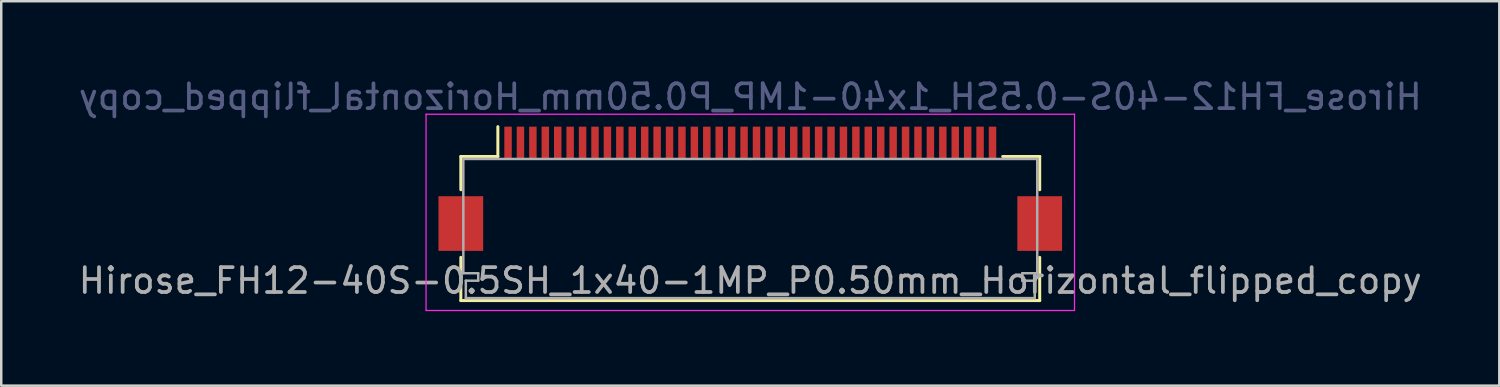
<source format=kicad_pcb>
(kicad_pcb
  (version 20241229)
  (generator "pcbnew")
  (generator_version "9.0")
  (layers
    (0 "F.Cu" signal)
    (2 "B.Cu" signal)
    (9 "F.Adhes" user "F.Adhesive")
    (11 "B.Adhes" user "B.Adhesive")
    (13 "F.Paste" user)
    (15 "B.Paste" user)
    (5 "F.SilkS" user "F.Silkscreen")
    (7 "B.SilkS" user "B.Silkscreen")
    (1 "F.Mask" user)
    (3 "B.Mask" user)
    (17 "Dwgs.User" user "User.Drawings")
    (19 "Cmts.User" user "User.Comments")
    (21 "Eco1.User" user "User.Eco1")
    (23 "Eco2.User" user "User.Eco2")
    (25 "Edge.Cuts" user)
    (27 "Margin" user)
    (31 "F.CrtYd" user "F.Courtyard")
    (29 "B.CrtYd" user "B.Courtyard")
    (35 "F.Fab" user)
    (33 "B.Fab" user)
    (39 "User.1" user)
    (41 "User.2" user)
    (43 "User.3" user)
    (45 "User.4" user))
  (footprint "Hirose_FH12-40S-0.5SH_1x40-1MP_P0.50mm_Horizontal_flipped_copy"
    (layer "F.Cu")
    (at 27.149 4.548)
    (property "Reference" "Hirose_FH12-40S-0.5SH_1x40-1MP_P0.50mm_Horizontal_flipped_copy" (at 0 -3.7 0) (layer "B.Fab") (effects (font (size 1 1) (thickness 0.15)) (justify mirror)))
    (attr smd)
    (fp_line (start -11.65 -1.3) (end -11.65 0.04) (stroke (width 0.12) (type solid)) (layer "F.SilkS"))
    (fp_line (start -11.65 2.76) (end -11.65 4.5) (stroke (width 0.12) (type solid)) (layer "F.SilkS"))
    (fp_line (start -11.65 4.5) (end 11.65 4.5) (stroke (width 0.12) (type solid)) (layer "F.SilkS"))
    (fp_line (start -10.16 -1.3) (end -11.65 -1.3) (stroke (width 0.12) (type solid)) (layer "F.SilkS"))
    (fp_line (start -10.16 -1.3) (end -10.16 -2.5) (stroke (width 0.12) (type solid)) (layer "F.SilkS"))
    (fp_line (start 10.16 -1.3) (end 11.65 -1.3) (stroke (width 0.12) (type solid)) (layer "F.SilkS"))
    (fp_line (start 11.65 -1.3) (end 11.65 0.04) (stroke (width 0.12) (type solid)) (layer "F.SilkS"))
    (fp_line (start 11.65 4.5) (end 11.65 2.76) (stroke (width 0.12) (type solid)) (layer "F.SilkS"))
    (fp_line (start -13.05 -3) (end -13.05 4.9) (stroke (width 0.05) (type solid)) (layer "F.CrtYd"))
    (fp_line (start -13.05 4.9) (end 13.05 4.9) (stroke (width 0.05) (type solid)) (layer "F.CrtYd"))
    (fp_line (start 13.05 -3) (end -13.05 -3) (stroke (width 0.05) (type solid)) (layer "F.CrtYd"))
    (fp_line (start 13.05 4.9) (end 13.05 -3) (stroke (width 0.05) (type solid)) (layer "F.CrtYd"))
    (fp_line (start -11.55 -1.2) (end -11.55 3.4) (stroke (width 0.1) (type solid)) (layer "F.Fab"))
    (fp_line (start -11.55 3.4) (end -10.95 3.4) (stroke (width 0.1) (type solid)) (layer "F.Fab"))
    (fp_line (start -11.45 3.7) (end -11.45 4.4) (stroke (width 0.1) (type solid)) (layer "F.Fab"))
    (fp_line (start -11.45 4.4) (end 0 4.4) (stroke (width 0.1) (type solid)) (layer "F.Fab"))
    (fp_line (start -10.95 3.4) (end -10.95 3.7) (stroke (width 0.1) (type solid)) (layer "F.Fab"))
    (fp_line (start -10.95 3.7) (end -11.45 3.7) (stroke (width 0.1) (type solid)) (layer "F.Fab"))
    (fp_line (start 0 -1.2) (end -11.55 -1.2) (stroke (width 0.1) (type solid)) (layer "F.Fab"))
    (fp_line (start 0 -1.2) (end 11.55 -1.2) (stroke (width 0.1) (type solid)) (layer "F.Fab"))
    (fp_line (start 10.95 3.4) (end 10.95 3.7) (stroke (width 0.1) (type solid)) (layer "F.Fab"))
    (fp_line (start 10.95 3.7) (end 11.45 3.7) (stroke (width 0.1) (type solid)) (layer "F.Fab"))
    (fp_line (start 11.45 3.7) (end 11.45 4.4) (stroke (width 0.1) (type solid)) (layer "F.Fab"))
    (fp_line (start 11.45 4.4) (end 0 4.4) (stroke (width 0.1) (type solid)) (layer "F.Fab"))
    (fp_line (start 11.55 -1.2) (end 11.55 3.4) (stroke (width 0.1) (type solid)) (layer "F.Fab"))
    (fp_line (start 11.55 3.4) (end 10.95 3.4) (stroke (width 0.1) (type solid)) (layer "F.Fab"))
    (fp_text user "${REFERENCE}" (at 0 3.7 0) (layer "F.Fab") (effects (font (size 1 1) (thickness 0.15))))
    (pad "1" smd rect (at 9.75 -1.85) (size 0.3 1.3) (layers "F.Cu" "F.Mask" "F.Paste"))
    (pad "2" smd rect (at 9.25 -1.85) (size 0.3 1.3) (layers "F.Cu" "F.Mask" "F.Paste"))
    (pad "3" smd rect (at 8.75 -1.85) (size 0.3 1.3) (layers "F.Cu" "F.Mask" "F.Paste"))
    (pad "4" smd rect (at 8.25 -1.85) (size 0.3 1.3) (layers "F.Cu" "F.Mask" "F.Paste"))
    (pad "5" smd rect (at 7.75 -1.85) (size 0.3 1.3) (layers "F.Cu" "F.Mask" "F.Paste"))
    (pad "6" smd rect (at 7.25 -1.85) (size 0.3 1.3) (layers "F.Cu" "F.Mask" "F.Paste"))
    (pad "7" smd rect (at 6.75 -1.85) (size 0.3 1.3) (layers "F.Cu" "F.Mask" "F.Paste"))
    (pad "8" smd rect (at 6.25 -1.85) (size 0.3 1.3) (layers "F.Cu" "F.Mask" "F.Paste"))
    (pad "9" smd rect (at 5.75 -1.85) (size 0.3 1.3) (layers "F.Cu" "F.Mask" "F.Paste"))
    (pad "10" smd rect (at 5.25 -1.85) (size 0.3 1.3) (layers "F.Cu" "F.Mask" "F.Paste"))
    (pad "11" smd rect (at 4.75 -1.85) (size 0.3 1.3) (layers "F.Cu" "F.Mask" "F.Paste"))
    (pad "12" smd rect (at 4.25 -1.85) (size 0.3 1.3) (layers "F.Cu" "F.Mask" "F.Paste"))
    (pad "13" smd rect (at 3.75 -1.85) (size 0.3 1.3) (layers "F.Cu" "F.Mask" "F.Paste"))
    (pad "14" smd rect (at 3.25 -1.85) (size 0.3 1.3) (layers "F.Cu" "F.Mask" "F.Paste"))
    (pad "15" smd rect (at 2.75 -1.85) (size 0.3 1.3) (layers "F.Cu" "F.Mask" "F.Paste"))
    (pad "16" smd rect (at 2.25 -1.85) (size 0.3 1.3) (layers "F.Cu" "F.Mask" "F.Paste"))
    (pad "17" smd rect (at 1.75 -1.85) (size 0.3 1.3) (layers "F.Cu" "F.Mask" "F.Paste"))
    (pad "18" smd rect (at 1.25 -1.85) (size 0.3 1.3) (layers "F.Cu" "F.Mask" "F.Paste"))
    (pad "19" smd rect (at 0.75 -1.85) (size 0.3 1.3) (layers "F.Cu" "F.Mask" "F.Paste"))
    (pad "20" smd rect (at 0.25 -1.85) (size 0.3 1.3) (layers "F.Cu" "F.Mask" "F.Paste"))
    (pad "21" smd rect (at -0.25 -1.85) (size 0.3 1.3) (layers "F.Cu" "F.Mask" "F.Paste"))
    (pad "22" smd rect (at -0.75 -1.85) (size 0.3 1.3) (layers "F.Cu" "F.Mask" "F.Paste"))
    (pad "23" smd rect (at -1.25 -1.85) (size 0.3 1.3) (layers "F.Cu" "F.Mask" "F.Paste"))
    (pad "24" smd rect (at -1.75 -1.85) (size 0.3 1.3) (layers "F.Cu" "F.Mask" "F.Paste"))
    (pad "25" smd rect (at -2.25 -1.85) (size 0.3 1.3) (layers "F.Cu" "F.Mask" "F.Paste"))
    (pad "26" smd rect (at -2.75 -1.85) (size 0.3 1.3) (layers "F.Cu" "F.Mask" "F.Paste"))
    (pad "27" smd rect (at -3.25 -1.85) (size 0.3 1.3) (layers "F.Cu" "F.Mask" "F.Paste"))
    (pad "28" smd rect (at -3.75 -1.85) (size 0.3 1.3) (layers "F.Cu" "F.Mask" "F.Paste"))
    (pad "29" smd rect (at -4.25 -1.85) (size 0.3 1.3) (layers "F.Cu" "F.Mask" "F.Paste"))
    (pad "30" smd rect (at -4.75 -1.85) (size 0.3 1.3) (layers "F.Cu" "F.Mask" "F.Paste"))
    (pad "31" smd rect (at -5.25 -1.85) (size 0.3 1.3) (layers "F.Cu" "F.Mask" "F.Paste"))
    (pad "32" smd rect (at -5.75 -1.85) (size 0.3 1.3) (layers "F.Cu" "F.Mask" "F.Paste"))
    (pad "33" smd rect (at -6.25 -1.85) (size 0.3 1.3) (layers "F.Cu" "F.Mask" "F.Paste"))
    (pad "34" smd rect (at -6.75 -1.85) (size 0.3 1.3) (layers "F.Cu" "F.Mask" "F.Paste"))
    (pad "35" smd rect (at -7.25 -1.85) (size 0.3 1.3) (layers "F.Cu" "F.Mask" "F.Paste"))
    (pad "36" smd rect (at -7.75 -1.85) (size 0.3 1.3) (layers "F.Cu" "F.Mask" "F.Paste"))
    (pad "37" smd rect (at -8.25 -1.85) (size 0.3 1.3) (layers "F.Cu" "F.Mask" "F.Paste"))
    (pad "38" smd rect (at -8.75 -1.85) (size 0.3 1.3) (layers "F.Cu" "F.Mask" "F.Paste"))
    (pad "39" smd rect (at -9.25 -1.85) (size 0.3 1.3) (layers "F.Cu" "F.Mask" "F.Paste"))
    (pad "40" smd rect (at -9.75 -1.85) (size 0.3 1.3) (layers "F.Cu" "F.Mask" "F.Paste"))
    (pad "MP" smd rect (at -11.65 1.4) (size 1.8 2.2) (layers "F.Cu" "F.Mask" "F.Paste"))
    (pad "MP" smd rect (at 11.65 1.4) (size 1.8 2.2) (layers "F.Cu" "F.Mask" "F.Paste")))
  (gr_rect
    (start -3 -3)
    (end 57.298 12.473)
    (stroke (width 0.1) (type default))
    (fill no)
    (layer "Edge.Cuts")))
</source>
